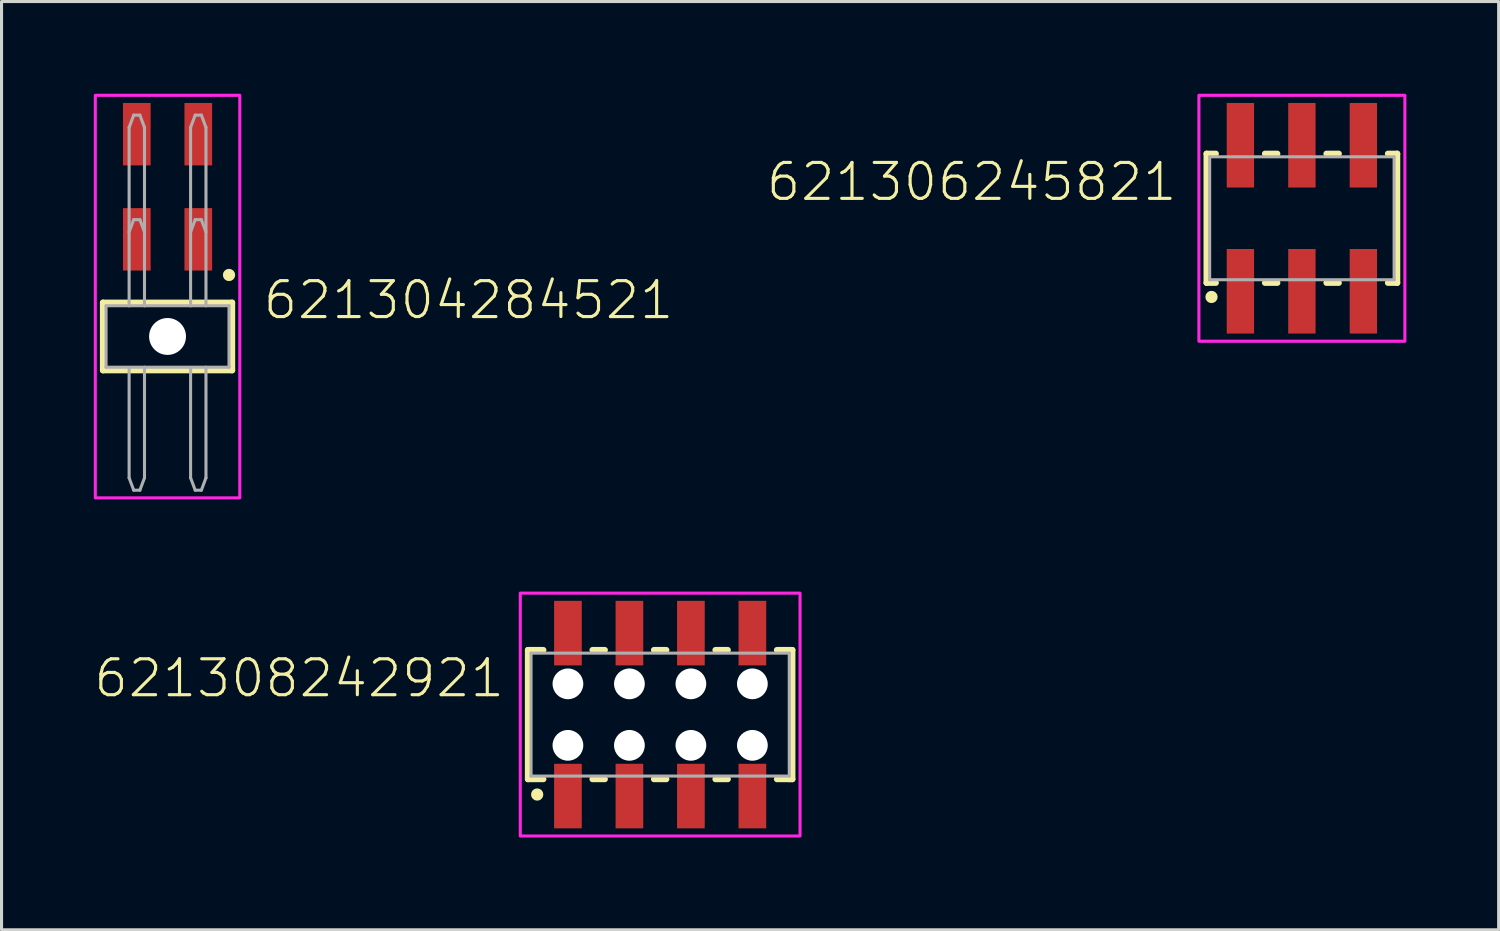
<source format=kicad_pcb>
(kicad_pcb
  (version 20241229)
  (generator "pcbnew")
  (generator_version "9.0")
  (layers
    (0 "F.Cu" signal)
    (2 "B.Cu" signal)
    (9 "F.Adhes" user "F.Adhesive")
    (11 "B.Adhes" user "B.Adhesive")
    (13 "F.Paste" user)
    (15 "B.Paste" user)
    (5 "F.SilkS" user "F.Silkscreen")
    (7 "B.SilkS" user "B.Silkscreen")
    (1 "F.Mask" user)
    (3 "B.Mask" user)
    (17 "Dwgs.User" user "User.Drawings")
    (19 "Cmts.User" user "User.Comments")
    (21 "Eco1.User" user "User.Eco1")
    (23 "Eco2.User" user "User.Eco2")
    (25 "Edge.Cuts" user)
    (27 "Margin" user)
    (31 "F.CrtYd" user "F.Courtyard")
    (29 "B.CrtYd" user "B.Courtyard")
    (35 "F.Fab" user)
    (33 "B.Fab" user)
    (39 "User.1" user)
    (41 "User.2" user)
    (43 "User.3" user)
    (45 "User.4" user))
  (footprint "621306245821"
    (layer "F.Cu")
    (at 39.299 4.05)
    (property "Reference" "621306245821" (at -4 -0.5 0) (unlocked yes) (layer "F.SilkS") (effects (font (size 1.168 1.168) (thickness 0.102)) (justify right bottom)))
    (fp_line (start -3.1 -2.1) (end -3.1 2.1) (stroke (width 0.2) (type solid)) (layer "F.SilkS"))
    (fp_line (start -3.1 2.1) (end -2.8 2.1) (stroke (width 0.2) (type solid)) (layer "F.SilkS"))
    (fp_line (start -2.8 -2.1) (end -3.1 -2.1) (stroke (width 0.2) (type solid)) (layer "F.SilkS"))
    (fp_line (start -1.2 -2.1) (end -0.8 -2.1) (stroke (width 0.2) (type solid)) (layer "F.SilkS"))
    (fp_line (start -0.8 2.1) (end -1.2 2.1) (stroke (width 0.2) (type solid)) (layer "F.SilkS"))
    (fp_line (start 0.8 -2.1) (end 1.2 -2.1) (stroke (width 0.2) (type solid)) (layer "F.SilkS"))
    (fp_line (start 1.2 2.1) (end 0.8 2.1) (stroke (width 0.2) (type solid)) (layer "F.SilkS"))
    (fp_line (start 2.8 -2.1) (end 3.1 -2.1) (stroke (width 0.2) (type solid)) (layer "F.SilkS"))
    (fp_line (start 3.1 -2.1) (end 3.1 2.1) (stroke (width 0.2) (type solid)) (layer "F.SilkS"))
    (fp_line (start 3.1 2.1) (end 2.8 2.1) (stroke (width 0.2) (type solid)) (layer "F.SilkS"))
    (fp_circle (center -2.94 2.56) (end -2.84 2.56) (stroke (width 0.2) (type solid)) (fill no) (layer "F.SilkS"))
    (fp_poly (pts (xy 3.35 4) (xy -3.35 4) (xy -3.35 -4) (xy 3.35 -4)) (stroke (width 0.1) (type default)) (fill no) (layer "F.CrtYd"))
    (fp_line (start -3 -2) (end 3 -2) (stroke (width 0.1) (type solid)) (layer "F.Fab"))
    (fp_line (start -3 2) (end -3 -2) (stroke (width 0.1) (type solid)) (layer "F.Fab"))
    (fp_line (start 3 -2) (end 3 2) (stroke (width 0.1) (type solid)) (layer "F.Fab"))
    (fp_line (start 3 2) (end -3 2) (stroke (width 0.1) (type solid)) (layer "F.Fab"))
    (pad "1" smd rect (at -2 2.375) (size 0.89 2.75) (layers "F.Cu" "F.Mask" "F.Paste"))
    (pad "2" smd rect (at -2 -2.375) (size 0.89 2.75) (layers "F.Cu" "F.Mask" "F.Paste"))
    (pad "3" smd rect (at 0 2.375) (size 0.89 2.75) (layers "F.Cu" "F.Mask" "F.Paste"))
    (pad "4" smd rect (at 0 -2.375) (size 0.89 2.75) (layers "F.Cu" "F.Mask" "F.Paste"))
    (pad "5" smd rect (at 2 2.375) (size 0.89 2.75) (layers "F.Cu" "F.Mask" "F.Paste"))
    (pad "6" smd rect (at 2 -2.375) (size 0.89 2.75) (layers "F.Cu" "F.Mask" "F.Paste")))
  (footprint "621304284521"
    (layer "F.Cu")
    (at 2.4 7.895)
    (property "Reference" "621304284521" (at 3.05 -0.5 0) (unlocked yes) (layer "F.SilkS") (effects (font (size 1.168 1.168) (thickness 0.102)) (justify left bottom)))
    (fp_line (start -2.1 -1.1) (end 2.1 -1.1) (stroke (width 0.2) (type solid)) (layer "F.SilkS"))
    (fp_line (start -2.1 1.1) (end -2.1 -1.1) (stroke (width 0.2) (type solid)) (layer "F.SilkS"))
    (fp_line (start 2.1 -1.1) (end 2.1 1.1) (stroke (width 0.2) (type solid)) (layer "F.SilkS"))
    (fp_line (start 2.1 1.1) (end -2.1 1.1) (stroke (width 0.2) (type solid)) (layer "F.SilkS"))
    (fp_circle (center 2 -2) (end 2.1 -2) (stroke (width 0.2) (type solid)) (fill no) (layer "F.SilkS"))
    (fp_poly (pts (xy 2.35 5.25) (xy -2.35 5.25) (xy -2.35 -7.845) (xy 2.35 -7.845)) (stroke (width 0.1) (type default)) (fill no) (layer "F.CrtYd"))
    (fp_line (start -2 -1) (end -1.25 -1) (stroke (width 0.1) (type solid)) (layer "F.Fab"))
    (fp_line (start -2 1) (end -2 -1) (stroke (width 0.1) (type solid)) (layer "F.Fab"))
    (fp_line (start -1.25 -6.8) (end -1.1 -7.2) (stroke (width 0.1) (type solid)) (layer "F.Fab"))
    (fp_line (start -1.25 -3.4) (end -1.1 -3.8) (stroke (width 0.1) (type solid)) (layer "F.Fab"))
    (fp_line (start -1.25 -1) (end -1.25 -6.8) (stroke (width 0.1) (type solid)) (layer "F.Fab"))
    (fp_line (start -1.25 -1) (end -0.75 -1) (stroke (width 0.1) (type solid)) (layer "F.Fab"))
    (fp_line (start -1.25 1.02) (end -1.25 4.6) (stroke (width 0.1) (type solid)) (layer "F.Fab"))
    (fp_line (start -1.25 4.6) (end -1.1 5) (stroke (width 0.1) (type solid)) (layer "F.Fab"))
    (fp_line (start -1.1 -7.2) (end -0.9 -7.2) (stroke (width 0.1) (type solid)) (layer "F.Fab"))
    (fp_line (start -1.1 -3.8) (end -0.9 -3.8) (stroke (width 0.1) (type solid)) (layer "F.Fab"))
    (fp_line (start -0.9 5) (end -1.1 5) (stroke (width 0.1) (type solid)) (layer "F.Fab"))
    (fp_line (start -0.75 -6.8) (end -0.9 -7.2) (stroke (width 0.1) (type solid)) (layer "F.Fab"))
    (fp_line (start -0.75 -6.8) (end -0.75 -1) (stroke (width 0.1) (type solid)) (layer "F.Fab"))
    (fp_line (start -0.75 -3.4) (end -0.9 -3.8) (stroke (width 0.1) (type solid)) (layer "F.Fab"))
    (fp_line (start -0.75 -1) (end 0.75 -1) (stroke (width 0.1) (type solid)) (layer "F.Fab"))
    (fp_line (start -0.75 4.6) (end -0.9 5) (stroke (width 0.1) (type solid)) (layer "F.Fab"))
    (fp_line (start -0.75 4.6) (end -0.75 1) (stroke (width 0.1) (type solid)) (layer "F.Fab"))
    (fp_line (start 0.75 -6.8) (end 0.9 -7.2) (stroke (width 0.1) (type solid)) (layer "F.Fab"))
    (fp_line (start 0.75 -3.4) (end 0.9 -3.8) (stroke (width 0.1) (type solid)) (layer "F.Fab"))
    (fp_line (start 0.75 -1) (end 0.75 -6.8) (stroke (width 0.1) (type solid)) (layer "F.Fab"))
    (fp_line (start 0.75 -1) (end 1.25 -1) (stroke (width 0.1) (type solid)) (layer "F.Fab"))
    (fp_line (start 0.75 1.02) (end 0.75 4.6) (stroke (width 0.1) (type solid)) (layer "F.Fab"))
    (fp_line (start 0.75 4.6) (end 0.9 5) (stroke (width 0.1) (type solid)) (layer "F.Fab"))
    (fp_line (start 0.9 -7.2) (end 1.1 -7.2) (stroke (width 0.1) (type solid)) (layer "F.Fab"))
    (fp_line (start 0.9 -3.8) (end 1.1 -3.8) (stroke (width 0.1) (type solid)) (layer "F.Fab"))
    (fp_line (start 1.1 5) (end 0.9 5) (stroke (width 0.1) (type solid)) (layer "F.Fab"))
    (fp_line (start 1.25 -6.8) (end 1.1 -7.2) (stroke (width 0.1) (type solid)) (layer "F.Fab"))
    (fp_line (start 1.25 -6.8) (end 1.25 -1) (stroke (width 0.1) (type solid)) (layer "F.Fab"))
    (fp_line (start 1.25 -3.4) (end 1.1 -3.8) (stroke (width 0.1) (type solid)) (layer "F.Fab"))
    (fp_line (start 1.25 -1) (end 2 -1) (stroke (width 0.1) (type solid)) (layer "F.Fab"))
    (fp_line (start 1.25 4.6) (end 1.1 5) (stroke (width 0.1) (type solid)) (layer "F.Fab"))
    (fp_line (start 1.25 4.6) (end 1.25 1) (stroke (width 0.1) (type solid)) (layer "F.Fab"))
    (fp_line (start 2 -1) (end 2 1) (stroke (width 0.1) (type solid)) (layer "F.Fab"))
    (fp_line (start 2 1) (end -2 1) (stroke (width 0.1) (type solid)) (layer "F.Fab"))
    (pad "" np_thru_hole circle (at 0 0) (size 1.2 1.2) (drill 1.2) (layers "*.Cu" "*.Mask"))
    (pad "1" smd rect (at 1 -3.16) (size 0.9 2.03) (layers "F.Cu" "F.Mask" "F.Paste"))
    (pad "2" smd rect (at 1 -6.58) (size 0.9 2.03) (layers "F.Cu" "F.Mask" "F.Paste"))
    (pad "3" smd rect (at -1 -3.16) (size 0.9 2.03) (layers "F.Cu" "F.Mask" "F.Paste"))
    (pad "4" smd rect (at -1 -6.58) (size 0.9 2.03) (layers "F.Cu" "F.Mask" "F.Paste")))
  (footprint "621308242921"
    (layer "F.Cu")
    (at 18.424 20.195)
    (property "Reference" "621308242921" (at -5 -0.5 0) (unlocked yes) (layer "F.SilkS") (effects (font (size 1.168 1.168) (thickness 0.102)) (justify right bottom)))
    (fp_line (start -4.3 -2.1) (end -4.3 2.1) (stroke (width 0.2) (type solid)) (layer "F.SilkS"))
    (fp_line (start -4.3 2.1) (end -3.8 2.1) (stroke (width 0.2) (type solid)) (layer "F.SilkS"))
    (fp_line (start -3.8 -2.1) (end -4.3 -2.1) (stroke (width 0.2) (type solid)) (layer "F.SilkS"))
    (fp_line (start -2.2 2.1) (end -1.8 2.1) (stroke (width 0.2) (type solid)) (layer "F.SilkS"))
    (fp_line (start -1.8 -2.1) (end -2.2 -2.1) (stroke (width 0.2) (type solid)) (layer "F.SilkS"))
    (fp_line (start -0.2 2.1) (end 0.2 2.1) (stroke (width 0.2) (type solid)) (layer "F.SilkS"))
    (fp_line (start 0.2 -2.1) (end -0.2 -2.1) (stroke (width 0.2) (type solid)) (layer "F.SilkS"))
    (fp_line (start 1.8 2.1) (end 2.2 2.1) (stroke (width 0.2) (type solid)) (layer "F.SilkS"))
    (fp_line (start 2.2 -2.1) (end 1.8 -2.1) (stroke (width 0.2) (type solid)) (layer "F.SilkS"))
    (fp_line (start 3.8 2.1) (end 4.2 2.1) (stroke (width 0.2) (type solid)) (layer "F.SilkS"))
    (fp_line (start 4.2 -2.1) (end 3.8 -2.1) (stroke (width 0.2) (type solid)) (layer "F.SilkS"))
    (fp_line (start 4.2 -2.1) (end 4.3 -2.1) (stroke (width 0.2) (type solid)) (layer "F.SilkS"))
    (fp_line (start 4.3 -2.1) (end 4.3 2.1) (stroke (width 0.2) (type solid)) (layer "F.SilkS"))
    (fp_line (start 4.3 2.1) (end 4.2 2.1) (stroke (width 0.2) (type solid)) (layer "F.SilkS"))
    (fp_circle (center -4 2.6) (end -3.9 2.6) (stroke (width 0.2) (type solid)) (fill no) (layer "F.SilkS"))
    (fp_poly (pts (xy 4.55 3.95) (xy -4.55 3.95) (xy -4.55 -3.95) (xy 4.55 -3.95)) (stroke (width 0.1) (type default)) (fill no) (layer "F.CrtYd"))
    (fp_line (start -4.2 -2) (end -4.2 2) (stroke (width 0.1) (type solid)) (layer "F.Fab"))
    (fp_line (start -4.2 2) (end 4.2 2) (stroke (width 0.1) (type solid)) (layer "F.Fab"))
    (fp_line (start 4.2 -2) (end -4.2 -2) (stroke (width 0.1) (type solid)) (layer "F.Fab"))
    (fp_line (start 4.2 2) (end 4.2 -2) (stroke (width 0.1) (type solid)) (layer "F.Fab"))
    (pad "" np_thru_hole circle (at -3 -1) (size 1 1) (drill 1) (layers "*.Cu" "*.Mask"))
    (pad "" np_thru_hole circle (at -3 1) (size 1 1) (drill 1) (layers "*.Cu" "*.Mask"))
    (pad "" np_thru_hole circle (at -1 -1) (size 1 1) (drill 1) (layers "*.Cu" "*.Mask"))
    (pad "" np_thru_hole circle (at -1 1) (size 1 1) (drill 1) (layers "*.Cu" "*.Mask"))
    (pad "" np_thru_hole circle (at 1 -1) (size 1 1) (drill 1) (layers "*.Cu" "*.Mask"))
    (pad "" np_thru_hole circle (at 1 1) (size 1 1) (drill 1) (layers "*.Cu" "*.Mask"))
    (pad "" np_thru_hole circle (at 3 -1) (size 1 1) (drill 1) (layers "*.Cu" "*.Mask"))
    (pad "" np_thru_hole circle (at 3 1) (size 1 1) (drill 1) (layers "*.Cu" "*.Mask"))
    (pad "1" smd rect (at -3 2.65) (size 0.9 2.1) (layers "F.Cu" "F.Mask" "F.Paste"))
    (pad "2" smd rect (at -3 -2.65) (size 0.9 2.1) (layers "F.Cu" "F.Mask" "F.Paste"))
    (pad "3" smd rect (at -1 2.65) (size 0.9 2.1) (layers "F.Cu" "F.Mask" "F.Paste"))
    (pad "4" smd rect (at -1 -2.65) (size 0.9 2.1) (layers "F.Cu" "F.Mask" "F.Paste"))
    (pad "5" smd rect (at 1 2.65) (size 0.9 2.1) (layers "F.Cu" "F.Mask" "F.Paste"))
    (pad "6" smd rect (at 1 -2.65) (size 0.9 2.1) (layers "F.Cu" "F.Mask" "F.Paste"))
    (pad "7" smd rect (at 3 2.65) (size 0.9 2.1) (layers "F.Cu" "F.Mask" "F.Paste"))
    (pad "8" smd rect (at 3 -2.65) (size 0.9 2.1) (layers "F.Cu" "F.Mask" "F.Paste")))
  (gr_rect
    (start -3 -3)
    (end 45.699 27.195)
    (stroke (width 0.1) (type default))
    (fill no)
    (layer "Edge.Cuts")))
</source>
